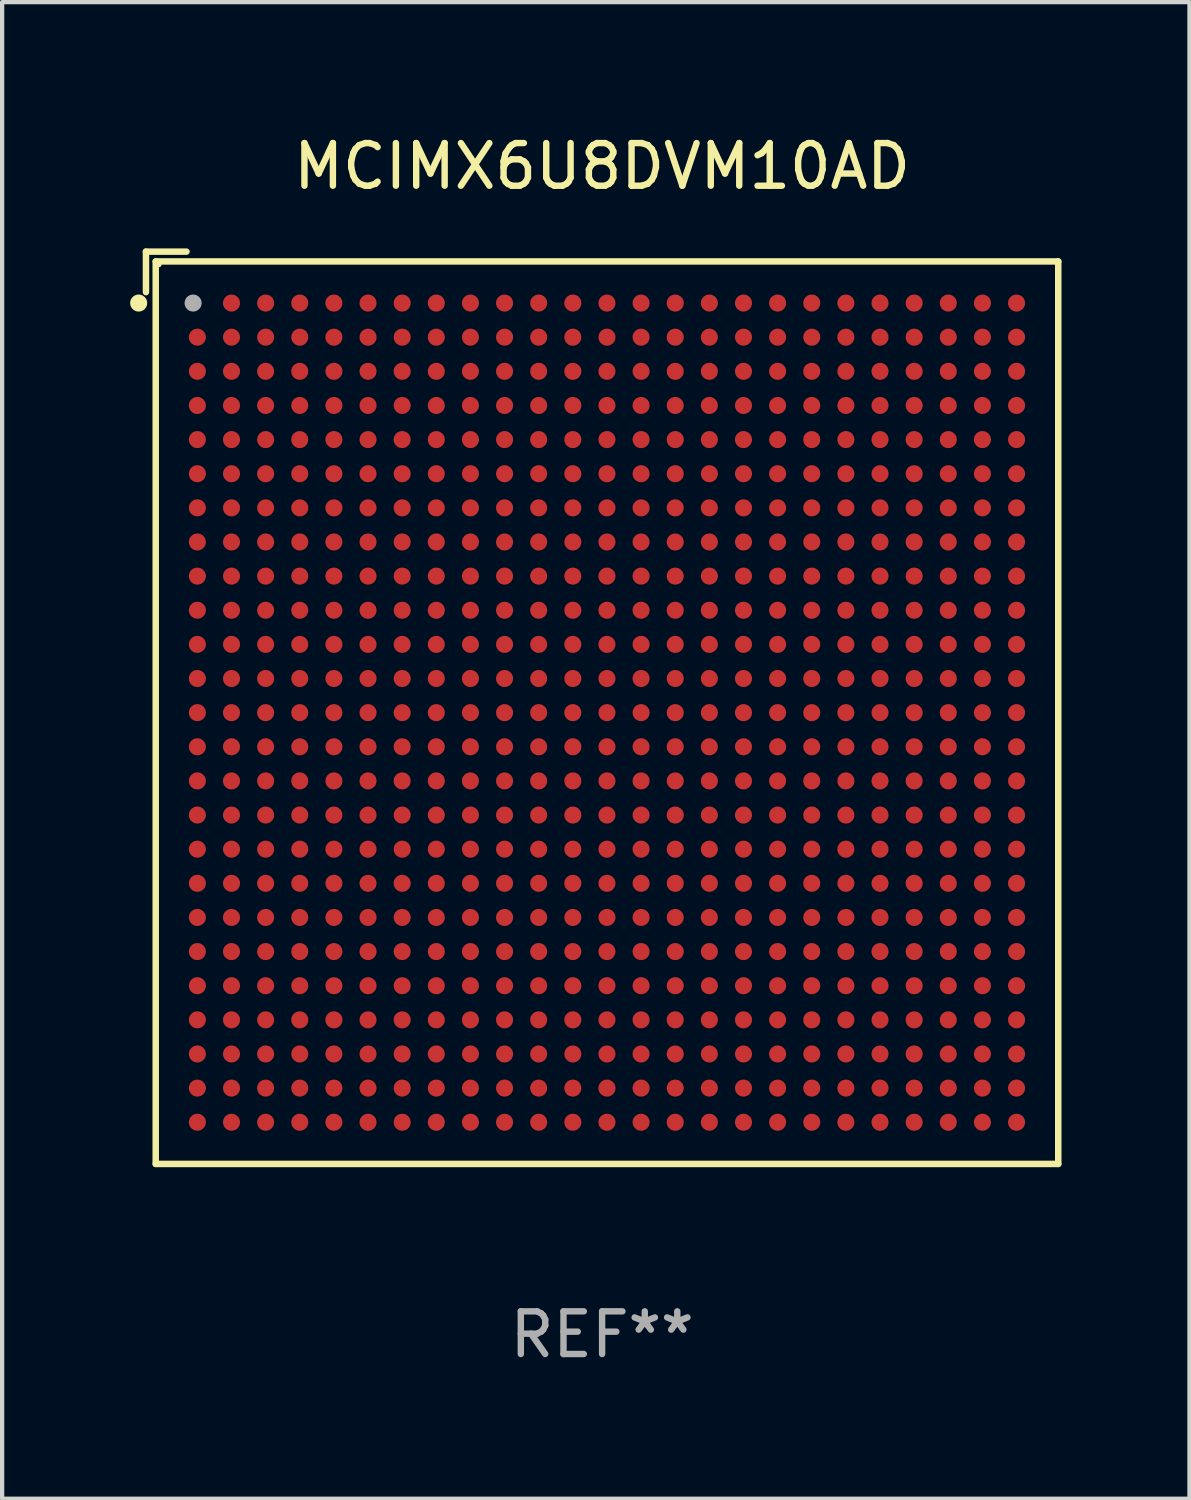
<source format=kicad_pcb>
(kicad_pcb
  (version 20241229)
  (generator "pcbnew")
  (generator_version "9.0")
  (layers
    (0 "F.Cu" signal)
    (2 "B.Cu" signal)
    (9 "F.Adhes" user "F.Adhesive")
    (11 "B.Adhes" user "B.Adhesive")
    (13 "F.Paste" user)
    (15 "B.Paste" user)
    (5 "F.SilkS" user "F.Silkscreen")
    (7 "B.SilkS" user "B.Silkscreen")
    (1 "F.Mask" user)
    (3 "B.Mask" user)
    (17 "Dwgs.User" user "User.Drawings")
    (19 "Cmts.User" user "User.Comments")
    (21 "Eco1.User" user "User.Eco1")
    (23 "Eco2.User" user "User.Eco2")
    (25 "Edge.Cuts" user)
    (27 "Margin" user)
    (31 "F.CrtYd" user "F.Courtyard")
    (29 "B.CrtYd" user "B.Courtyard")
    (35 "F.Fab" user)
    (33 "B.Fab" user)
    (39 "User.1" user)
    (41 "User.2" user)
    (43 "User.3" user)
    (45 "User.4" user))
  (footprint "MCIMX6U8DVM10AD"
    (layer "F.Cu")
    (at 11.062 13.539)
    (property "Reference" "MCIMX6U8DVM10AD" (at 0 -12.691 0) (layer "F.SilkS") (effects (font (size 1 1) (thickness 0.15))))
    (attr through_hole)
    (fp_line (start -10.691 -10.691) (end -10.691 -9.742) (stroke (width 0.152) (type solid)) (layer "F.SilkS"))
    (fp_line (start -10.462 -10.462) (end 10.691 -10.462) (stroke (width 0.152) (type solid)) (layer "F.SilkS"))
    (fp_line (start -10.462 10.691) (end -10.462 -10.462) (stroke (width 0.152) (type solid)) (layer "F.SilkS"))
    (fp_line (start -9.742 -10.691) (end -10.691 -10.691) (stroke (width 0.152) (type solid)) (layer "F.SilkS"))
    (fp_line (start 10.691 -10.462) (end 10.691 10.691) (stroke (width 0.152) (type solid)) (layer "F.SilkS"))
    (fp_line (start 10.691 10.691) (end -10.462 10.691) (stroke (width 0.152) (type solid)) (layer "F.SilkS"))
    (fp_circle (center -10.862 -9.486) (end -10.762 -9.486) (stroke (width 0.2) (type solid)) (fill no) (layer "F.SilkS"))
    (fp_circle (center -10.386 -10.386) (end -10.356 -10.386) (stroke (width 0.06) (type solid)) (fill no) (layer "F.SilkS"))
    (fp_circle (center -9.586 -9.486) (end -9.486 -9.486) (stroke (width 0.2) (type solid)) (fill no) (layer "F.Fab"))
    (fp_text user "REF**" (at 0 14.691 0) (layer "F.Fab") (effects (font (size 1 1) (thickness 0.15))))
    (pad "A2" smd circle (at -8.686 -9.486) (size 0.4 0.4) (layers "F.Cu" "F.Mask" "F.Paste"))
    (pad "A3" smd circle (at -7.886 -9.486) (size 0.4 0.4) (layers "F.Cu" "F.Mask" "F.Paste"))
    (pad "A4" smd circle (at -7.086 -9.486) (size 0.4 0.4) (layers "F.Cu" "F.Mask" "F.Paste"))
    (pad "A5" smd circle (at -6.286 -9.486) (size 0.4 0.4) (layers "F.Cu" "F.Mask" "F.Paste"))
    (pad "A6" smd circle (at -5.486 -9.486) (size 0.4 0.4) (layers "F.Cu" "F.Mask" "F.Paste"))
    (pad "A7" smd circle (at -4.686 -9.486) (size 0.4 0.4) (layers "F.Cu" "F.Mask" "F.Paste"))
    (pad "A8" smd circle (at -3.886 -9.486) (size 0.4 0.4) (layers "F.Cu" "F.Mask" "F.Paste"))
    (pad "A9" smd circle (at -3.086 -9.486) (size 0.4 0.4) (layers "F.Cu" "F.Mask" "F.Paste"))
    (pad "A10" smd circle (at -2.286 -9.486) (size 0.4 0.4) (layers "F.Cu" "F.Mask" "F.Paste"))
    (pad "A11" smd circle (at -1.486 -9.486) (size 0.4 0.4) (layers "F.Cu" "F.Mask" "F.Paste"))
    (pad "A12" smd circle (at -0.686 -9.486) (size 0.4 0.4) (layers "F.Cu" "F.Mask" "F.Paste"))
    (pad "A13" smd circle (at 0.114 -9.486) (size 0.4 0.4) (layers "F.Cu" "F.Mask" "F.Paste"))
    (pad "A14" smd circle (at 0.914 -9.486) (size 0.4 0.4) (layers "F.Cu" "F.Mask" "F.Paste"))
    (pad "A15" smd circle (at 1.714 -9.486) (size 0.4 0.4) (layers "F.Cu" "F.Mask" "F.Paste"))
    (pad "A16" smd circle (at 2.514 -9.486) (size 0.4 0.4) (layers "F.Cu" "F.Mask" "F.Paste"))
    (pad "A17" smd circle (at 3.314 -9.486) (size 0.4 0.4) (layers "F.Cu" "F.Mask" "F.Paste"))
    (pad "A18" smd circle (at 4.114 -9.486) (size 0.4 0.4) (layers "F.Cu" "F.Mask" "F.Paste"))
    (pad "A19" smd circle (at 4.914 -9.486) (size 0.4 0.4) (layers "F.Cu" "F.Mask" "F.Paste"))
    (pad "A20" smd circle (at 5.714 -9.486) (size 0.4 0.4) (layers "F.Cu" "F.Mask" "F.Paste"))
    (pad "A21" smd circle (at 6.514 -9.486) (size 0.4 0.4) (layers "F.Cu" "F.Mask" "F.Paste"))
    (pad "A22" smd circle (at 7.314 -9.486) (size 0.4 0.4) (layers "F.Cu" "F.Mask" "F.Paste"))
    (pad "A23" smd circle (at 8.114 -9.486) (size 0.4 0.4) (layers "F.Cu" "F.Mask" "F.Paste"))
    (pad "A24" smd circle (at 8.914 -9.486) (size 0.4 0.4) (layers "F.Cu" "F.Mask" "F.Paste"))
    (pad "A25" smd circle (at 9.714 -9.486) (size 0.4 0.4) (layers "F.Cu" "F.Mask" "F.Paste"))
    (pad "AA1" smd circle (at -9.486 6.514) (size 0.4 0.4) (layers "F.Cu" "F.Mask" "F.Paste"))
    (pad "AA2" smd circle (at -8.686 6.514) (size 0.4 0.4) (layers "F.Cu" "F.Mask" "F.Paste"))
    (pad "AA3" smd circle (at -7.886 6.514) (size 0.4 0.4) (layers "F.Cu" "F.Mask" "F.Paste"))
    (pad "AA4" smd circle (at -7.086 6.514) (size 0.4 0.4) (layers "F.Cu" "F.Mask" "F.Paste"))
    (pad "AA5" smd circle (at -6.286 6.514) (size 0.4 0.4) (layers "F.Cu" "F.Mask" "F.Paste"))
    (pad "AA6" smd circle (at -5.486 6.514) (size 0.4 0.4) (layers "F.Cu" "F.Mask" "F.Paste"))
    (pad "AA7" smd circle (at -4.686 6.514) (size 0.4 0.4) (layers "F.Cu" "F.Mask" "F.Paste"))
    (pad "AA8" smd circle (at -3.886 6.514) (size 0.4 0.4) (layers "F.Cu" "F.Mask" "F.Paste"))
    (pad "AA9" smd circle (at -3.086 6.514) (size 0.4 0.4) (layers "F.Cu" "F.Mask" "F.Paste"))
    (pad "AA10" smd circle (at -2.286 6.514) (size 0.4 0.4) (layers "F.Cu" "F.Mask" "F.Paste"))
    (pad "AA11" smd circle (at -1.486 6.514) (size 0.4 0.4) (layers "F.Cu" "F.Mask" "F.Paste"))
    (pad "AA12" smd circle (at -0.686 6.514) (size 0.4 0.4) (layers "F.Cu" "F.Mask" "F.Paste"))
    (pad "AA13" smd circle (at 0.114 6.514) (size 0.4 0.4) (layers "F.Cu" "F.Mask" "F.Paste"))
    (pad "AA14" smd circle (at 0.914 6.514) (size 0.4 0.4) (layers "F.Cu" "F.Mask" "F.Paste"))
    (pad "AA15" smd circle (at 1.714 6.514) (size 0.4 0.4) (layers "F.Cu" "F.Mask" "F.Paste"))
    (pad "AA16" smd circle (at 2.514 6.514) (size 0.4 0.4) (layers "F.Cu" "F.Mask" "F.Paste"))
    (pad "AA17" smd circle (at 3.314 6.514) (size 0.4 0.4) (layers "F.Cu" "F.Mask" "F.Paste"))
    (pad "AA18" smd circle (at 4.114 6.514) (size 0.4 0.4) (layers "F.Cu" "F.Mask" "F.Paste"))
    (pad "AA19" smd circle (at 4.914 6.514) (size 0.4 0.4) (layers "F.Cu" "F.Mask" "F.Paste"))
    (pad "AA20" smd circle (at 5.714 6.514) (size 0.4 0.4) (layers "F.Cu" "F.Mask" "F.Paste"))
    (pad "AA21" smd circle (at 6.514 6.514) (size 0.4 0.4) (layers "F.Cu" "F.Mask" "F.Paste"))
    (pad "AA22" smd circle (at 7.314 6.514) (size 0.4 0.4) (layers "F.Cu" "F.Mask" "F.Paste"))
    (pad "AA23" smd circle (at 8.114 6.514) (size 0.4 0.4) (layers "F.Cu" "F.Mask" "F.Paste"))
    (pad "AA24" smd circle (at 8.914 6.514) (size 0.4 0.4) (layers "F.Cu" "F.Mask" "F.Paste"))
    (pad "AA25" smd circle (at 9.714 6.514) (size 0.4 0.4) (layers "F.Cu" "F.Mask" "F.Paste"))
    (pad "AB1" smd circle (at -9.486 7.314) (size 0.4 0.4) (layers "F.Cu" "F.Mask" "F.Paste"))
    (pad "AB2" smd circle (at -8.686 7.314) (size 0.4 0.4) (layers "F.Cu" "F.Mask" "F.Paste"))
    (pad "AB3" smd circle (at -7.886 7.314) (size 0.4 0.4) (layers "F.Cu" "F.Mask" "F.Paste"))
    (pad "AB4" smd circle (at -7.086 7.314) (size 0.4 0.4) (layers "F.Cu" "F.Mask" "F.Paste"))
    (pad "AB5" smd circle (at -6.286 7.314) (size 0.4 0.4) (layers "F.Cu" "F.Mask" "F.Paste"))
    (pad "AB6" smd circle (at -5.486 7.314) (size 0.4 0.4) (layers "F.Cu" "F.Mask" "F.Paste"))
    (pad "AB7" smd circle (at -4.686 7.314) (size 0.4 0.4) (layers "F.Cu" "F.Mask" "F.Paste"))
    (pad "AB8" smd circle (at -3.886 7.314) (size 0.4 0.4) (layers "F.Cu" "F.Mask" "F.Paste"))
    (pad "AB9" smd circle (at -3.086 7.314) (size 0.4 0.4) (layers "F.Cu" "F.Mask" "F.Paste"))
    (pad "AB10" smd circle (at -2.286 7.314) (size 0.4 0.4) (layers "F.Cu" "F.Mask" "F.Paste"))
    (pad "AB11" smd circle (at -1.486 7.314) (size 0.4 0.4) (layers "F.Cu" "F.Mask" "F.Paste"))
    (pad "AB12" smd circle (at -0.686 7.314) (size 0.4 0.4) (layers "F.Cu" "F.Mask" "F.Paste"))
    (pad "AB13" smd circle (at 0.114 7.314) (size 0.4 0.4) (layers "F.Cu" "F.Mask" "F.Paste"))
    (pad "AB14" smd circle (at 0.914 7.314) (size 0.4 0.4) (layers "F.Cu" "F.Mask" "F.Paste"))
    (pad "AB15" smd circle (at 1.714 7.314) (size 0.4 0.4) (layers "F.Cu" "F.Mask" "F.Paste"))
    (pad "AB16" smd circle (at 2.514 7.314) (size 0.4 0.4) (layers "F.Cu" "F.Mask" "F.Paste"))
    (pad "AB17" smd circle (at 3.314 7.314) (size 0.4 0.4) (layers "F.Cu" "F.Mask" "F.Paste"))
    (pad "AB18" smd circle (at 4.114 7.314) (size 0.4 0.4) (layers "F.Cu" "F.Mask" "F.Paste"))
    (pad "AB19" smd circle (at 4.914 7.314) (size 0.4 0.4) (layers "F.Cu" "F.Mask" "F.Paste"))
    (pad "AB20" smd circle (at 5.714 7.314) (size 0.4 0.4) (layers "F.Cu" "F.Mask" "F.Paste"))
    (pad "AB21" smd circle (at 6.514 7.314) (size 0.4 0.4) (layers "F.Cu" "F.Mask" "F.Paste"))
    (pad "AB22" smd circle (at 7.314 7.314) (size 0.4 0.4) (layers "F.Cu" "F.Mask" "F.Paste"))
    (pad "AB23" smd circle (at 8.114 7.314) (size 0.4 0.4) (layers "F.Cu" "F.Mask" "F.Paste"))
    (pad "AB24" smd circle (at 8.914 7.314) (size 0.4 0.4) (layers "F.Cu" "F.Mask" "F.Paste"))
    (pad "AB25" smd circle (at 9.714 7.314) (size 0.4 0.4) (layers "F.Cu" "F.Mask" "F.Paste"))
    (pad "AC1" smd circle (at -9.486 8.114) (size 0.4 0.4) (layers "F.Cu" "F.Mask" "F.Paste"))
    (pad "AC2" smd circle (at -8.686 8.114) (size 0.4 0.4) (layers "F.Cu" "F.Mask" "F.Paste"))
    (pad "AC3" smd circle (at -7.886 8.114) (size 0.4 0.4) (layers "F.Cu" "F.Mask" "F.Paste"))
    (pad "AC4" smd circle (at -7.086 8.114) (size 0.4 0.4) (layers "F.Cu" "F.Mask" "F.Paste"))
    (pad "AC5" smd circle (at -6.286 8.114) (size 0.4 0.4) (layers "F.Cu" "F.Mask" "F.Paste"))
    (pad "AC6" smd circle (at -5.486 8.114) (size 0.4 0.4) (layers "F.Cu" "F.Mask" "F.Paste"))
    (pad "AC7" smd circle (at -4.686 8.114) (size 0.4 0.4) (layers "F.Cu" "F.Mask" "F.Paste"))
    (pad "AC8" smd circle (at -3.886 8.114) (size 0.4 0.4) (layers "F.Cu" "F.Mask" "F.Paste"))
    (pad "AC9" smd circle (at -3.086 8.114) (size 0.4 0.4) (layers "F.Cu" "F.Mask" "F.Paste"))
    (pad "AC10" smd circle (at -2.286 8.114) (size 0.4 0.4) (layers "F.Cu" "F.Mask" "F.Paste"))
    (pad "AC11" smd circle (at -1.486 8.114) (size 0.4 0.4) (layers "F.Cu" "F.Mask" "F.Paste"))
    (pad "AC12" smd circle (at -0.686 8.114) (size 0.4 0.4) (layers "F.Cu" "F.Mask" "F.Paste"))
    (pad "AC13" smd circle (at 0.114 8.114) (size 0.4 0.4) (layers "F.Cu" "F.Mask" "F.Paste"))
    (pad "AC14" smd circle (at 0.914 8.114) (size 0.4 0.4) (layers "F.Cu" "F.Mask" "F.Paste"))
    (pad "AC15" smd circle (at 1.714 8.114) (size 0.4 0.4) (layers "F.Cu" "F.Mask" "F.Paste"))
    (pad "AC16" smd circle (at 2.514 8.114) (size 0.4 0.4) (layers "F.Cu" "F.Mask" "F.Paste"))
    (pad "AC17" smd circle (at 3.314 8.114) (size 0.4 0.4) (layers "F.Cu" "F.Mask" "F.Paste"))
    (pad "AC18" smd circle (at 4.114 8.114) (size 0.4 0.4) (layers "F.Cu" "F.Mask" "F.Paste"))
    (pad "AC19" smd circle (at 4.914 8.114) (size 0.4 0.4) (layers "F.Cu" "F.Mask" "F.Paste"))
    (pad "AC20" smd circle (at 5.714 8.114) (size 0.4 0.4) (layers "F.Cu" "F.Mask" "F.Paste"))
    (pad "AC21" smd circle (at 6.514 8.114) (size 0.4 0.4) (layers "F.Cu" "F.Mask" "F.Paste"))
    (pad "AC22" smd circle (at 7.314 8.114) (size 0.4 0.4) (layers "F.Cu" "F.Mask" "F.Paste"))
    (pad "AC23" smd circle (at 8.114 8.114) (size 0.4 0.4) (layers "F.Cu" "F.Mask" "F.Paste"))
    (pad "AC24" smd circle (at 8.914 8.114) (size 0.4 0.4) (layers "F.Cu" "F.Mask" "F.Paste"))
    (pad "AC25" smd circle (at 9.714 8.114) (size 0.4 0.4) (layers "F.Cu" "F.Mask" "F.Paste"))
    (pad "AD1" smd circle (at -9.486 8.914) (size 0.4 0.4) (layers "F.Cu" "F.Mask" "F.Paste"))
    (pad "AD2" smd circle (at -8.686 8.914) (size 0.4 0.4) (layers "F.Cu" "F.Mask" "F.Paste"))
    (pad "AD3" smd circle (at -7.886 8.914) (size 0.4 0.4) (layers "F.Cu" "F.Mask" "F.Paste"))
    (pad "AD4" smd circle (at -7.086 8.914) (size 0.4 0.4) (layers "F.Cu" "F.Mask" "F.Paste"))
    (pad "AD5" smd circle (at -6.286 8.914) (size 0.4 0.4) (layers "F.Cu" "F.Mask" "F.Paste"))
    (pad "AD6" smd circle (at -5.486 8.914) (size 0.4 0.4) (layers "F.Cu" "F.Mask" "F.Paste"))
    (pad "AD7" smd circle (at -4.686 8.914) (size 0.4 0.4) (layers "F.Cu" "F.Mask" "F.Paste"))
    (pad "AD8" smd circle (at -3.886 8.914) (size 0.4 0.4) (layers "F.Cu" "F.Mask" "F.Paste"))
    (pad "AD9" smd circle (at -3.086 8.914) (size 0.4 0.4) (layers "F.Cu" "F.Mask" "F.Paste"))
    (pad "AD10" smd circle (at -2.286 8.914) (size 0.4 0.4) (layers "F.Cu" "F.Mask" "F.Paste"))
    (pad "AD11" smd circle (at -1.486 8.914) (size 0.4 0.4) (layers "F.Cu" "F.Mask" "F.Paste"))
    (pad "AD12" smd circle (at -0.686 8.914) (size 0.4 0.4) (layers "F.Cu" "F.Mask" "F.Paste"))
    (pad "AD13" smd circle (at 0.114 8.914) (size 0.4 0.4) (layers "F.Cu" "F.Mask" "F.Paste"))
    (pad "AD14" smd circle (at 0.914 8.914) (size 0.4 0.4) (layers "F.Cu" "F.Mask" "F.Paste"))
    (pad "AD15" smd circle (at 1.714 8.914) (size 0.4 0.4) (layers "F.Cu" "F.Mask" "F.Paste"))
    (pad "AD16" smd circle (at 2.514 8.914) (size 0.4 0.4) (layers "F.Cu" "F.Mask" "F.Paste"))
    (pad "AD17" smd circle (at 3.314 8.914) (size 0.4 0.4) (layers "F.Cu" "F.Mask" "F.Paste"))
    (pad "AD18" smd circle (at 4.114 8.914) (size 0.4 0.4) (layers "F.Cu" "F.Mask" "F.Paste"))
    (pad "AD19" smd circle (at 4.914 8.914) (size 0.4 0.4) (layers "F.Cu" "F.Mask" "F.Paste"))
    (pad "AD20" smd circle (at 5.714 8.914) (size 0.4 0.4) (layers "F.Cu" "F.Mask" "F.Paste"))
    (pad "AD21" smd circle (at 6.514 8.914) (size 0.4 0.4) (layers "F.Cu" "F.Mask" "F.Paste"))
    (pad "AD22" smd circle (at 7.314 8.914) (size 0.4 0.4) (layers "F.Cu" "F.Mask" "F.Paste"))
    (pad "AD23" smd circle (at 8.114 8.914) (size 0.4 0.4) (layers "F.Cu" "F.Mask" "F.Paste"))
    (pad "AD24" smd circle (at 8.914 8.914) (size 0.4 0.4) (layers "F.Cu" "F.Mask" "F.Paste"))
    (pad "AD25" smd circle (at 9.714 8.914) (size 0.4 0.4) (layers "F.Cu" "F.Mask" "F.Paste"))
    (pad "AE1" smd circle (at -9.486 9.714) (size 0.4 0.4) (layers "F.Cu" "F.Mask" "F.Paste"))
    (pad "AE2" smd circle (at -8.686 9.714) (size 0.4 0.4) (layers "F.Cu" "F.Mask" "F.Paste"))
    (pad "AE3" smd circle (at -7.886 9.714) (size 0.4 0.4) (layers "F.Cu" "F.Mask" "F.Paste"))
    (pad "AE4" smd circle (at -7.086 9.714) (size 0.4 0.4) (layers "F.Cu" "F.Mask" "F.Paste"))
    (pad "AE5" smd circle (at -6.286 9.714) (size 0.4 0.4) (layers "F.Cu" "F.Mask" "F.Paste"))
    (pad "AE6" smd circle (at -5.486 9.714) (size 0.4 0.4) (layers "F.Cu" "F.Mask" "F.Paste"))
    (pad "AE7" smd circle (at -4.686 9.714) (size 0.4 0.4) (layers "F.Cu" "F.Mask" "F.Paste"))
    (pad "AE8" smd circle (at -3.886 9.714) (size 0.4 0.4) (layers "F.Cu" "F.Mask" "F.Paste"))
    (pad "AE9" smd circle (at -3.086 9.714) (size 0.4 0.4) (layers "F.Cu" "F.Mask" "F.Paste"))
    (pad "AE10" smd circle (at -2.286 9.714) (size 0.4 0.4) (layers "F.Cu" "F.Mask" "F.Paste"))
    (pad "AE11" smd circle (at -1.486 9.714) (size 0.4 0.4) (layers "F.Cu" "F.Mask" "F.Paste"))
    (pad "AE12" smd circle (at -0.686 9.714) (size 0.4 0.4) (layers "F.Cu" "F.Mask" "F.Paste"))
    (pad "AE13" smd circle (at 0.114 9.714) (size 0.4 0.4) (layers "F.Cu" "F.Mask" "F.Paste"))
    (pad "AE14" smd circle (at 0.914 9.714) (size 0.4 0.4) (layers "F.Cu" "F.Mask" "F.Paste"))
    (pad "AE15" smd circle (at 1.714 9.714) (size 0.4 0.4) (layers "F.Cu" "F.Mask" "F.Paste"))
    (pad "AE16" smd circle (at 2.514 9.714) (size 0.4 0.4) (layers "F.Cu" "F.Mask" "F.Paste"))
    (pad "AE17" smd circle (at 3.314 9.714) (size 0.4 0.4) (layers "F.Cu" "F.Mask" "F.Paste"))
    (pad "AE18" smd circle (at 4.114 9.714) (size 0.4 0.4) (layers "F.Cu" "F.Mask" "F.Paste"))
    (pad "AE19" smd circle (at 4.914 9.714) (size 0.4 0.4) (layers "F.Cu" "F.Mask" "F.Paste"))
    (pad "AE20" smd circle (at 5.714 9.714) (size 0.4 0.4) (layers "F.Cu" "F.Mask" "F.Paste"))
    (pad "AE21" smd circle (at 6.514 9.714) (size 0.4 0.4) (layers "F.Cu" "F.Mask" "F.Paste"))
    (pad "AE22" smd circle (at 7.314 9.714) (size 0.4 0.4) (layers "F.Cu" "F.Mask" "F.Paste"))
    (pad "AE23" smd circle (at 8.114 9.714) (size 0.4 0.4) (layers "F.Cu" "F.Mask" "F.Paste"))
    (pad "AE24" smd circle (at 8.914 9.714) (size 0.4 0.4) (layers "F.Cu" "F.Mask" "F.Paste"))
    (pad "AE25" smd circle (at 9.714 9.714) (size 0.4 0.4) (layers "F.Cu" "F.Mask" "F.Paste"))
    (pad "B1" smd circle (at -9.486 -8.686) (size 0.4 0.4) (layers "F.Cu" "F.Mask" "F.Paste"))
    (pad "B2" smd circle (at -8.686 -8.686) (size 0.4 0.4) (layers "F.Cu" "F.Mask" "F.Paste"))
    (pad "B3" smd circle (at -7.886 -8.686) (size 0.4 0.4) (layers "F.Cu" "F.Mask" "F.Paste"))
    (pad "B4" smd circle (at -7.086 -8.686) (size 0.4 0.4) (layers "F.Cu" "F.Mask" "F.Paste"))
    (pad "B5" smd circle (at -6.286 -8.686) (size 0.4 0.4) (layers "F.Cu" "F.Mask" "F.Paste"))
    (pad "B6" smd circle (at -5.486 -8.686) (size 0.4 0.4) (layers "F.Cu" "F.Mask" "F.Paste"))
    (pad "B7" smd circle (at -4.686 -8.686) (size 0.4 0.4) (layers "F.Cu" "F.Mask" "F.Paste"))
    (pad "B8" smd circle (at -3.886 -8.686) (size 0.4 0.4) (layers "F.Cu" "F.Mask" "F.Paste"))
    (pad "B9" smd circle (at -3.086 -8.686) (size 0.4 0.4) (layers "F.Cu" "F.Mask" "F.Paste"))
    (pad "B10" smd circle (at -2.286 -8.686) (size 0.4 0.4) (layers "F.Cu" "F.Mask" "F.Paste"))
    (pad "B11" smd circle (at -1.486 -8.686) (size 0.4 0.4) (layers "F.Cu" "F.Mask" "F.Paste"))
    (pad "B12" smd circle (at -0.686 -8.686) (size 0.4 0.4) (layers "F.Cu" "F.Mask" "F.Paste"))
    (pad "B13" smd circle (at 0.114 -8.686) (size 0.4 0.4) (layers "F.Cu" "F.Mask" "F.Paste"))
    (pad "B14" smd circle (at 0.914 -8.686) (size 0.4 0.4) (layers "F.Cu" "F.Mask" "F.Paste"))
    (pad "B15" smd circle (at 1.714 -8.686) (size 0.4 0.4) (layers "F.Cu" "F.Mask" "F.Paste"))
    (pad "B16" smd circle (at 2.514 -8.686) (size 0.4 0.4) (layers "F.Cu" "F.Mask" "F.Paste"))
    (pad "B17" smd circle (at 3.314 -8.686) (size 0.4 0.4) (layers "F.Cu" "F.Mask" "F.Paste"))
    (pad "B18" smd circle (at 4.114 -8.686) (size 0.4 0.4) (layers "F.Cu" "F.Mask" "F.Paste"))
    (pad "B19" smd circle (at 4.914 -8.686) (size 0.4 0.4) (layers "F.Cu" "F.Mask" "F.Paste"))
    (pad "B20" smd circle (at 5.714 -8.686) (size 0.4 0.4) (layers "F.Cu" "F.Mask" "F.Paste"))
    (pad "B21" smd circle (at 6.514 -8.686) (size 0.4 0.4) (layers "F.Cu" "F.Mask" "F.Paste"))
    (pad "B22" smd circle (at 7.314 -8.686) (size 0.4 0.4) (layers "F.Cu" "F.Mask" "F.Paste"))
    (pad "B23" smd circle (at 8.114 -8.686) (size 0.4 0.4) (layers "F.Cu" "F.Mask" "F.Paste"))
    (pad "B24" smd circle (at 8.914 -8.686) (size 0.4 0.4) (layers "F.Cu" "F.Mask" "F.Paste"))
    (pad "B25" smd circle (at 9.714 -8.686) (size 0.4 0.4) (layers "F.Cu" "F.Mask" "F.Paste"))
    (pad "C1" smd circle (at -9.486 -7.886) (size 0.4 0.4) (layers "F.Cu" "F.Mask" "F.Paste"))
    (pad "C2" smd circle (at -8.686 -7.886) (size 0.4 0.4) (layers "F.Cu" "F.Mask" "F.Paste"))
    (pad "C3" smd circle (at -7.886 -7.886) (size 0.4 0.4) (layers "F.Cu" "F.Mask" "F.Paste"))
    (pad "C4" smd circle (at -7.086 -7.886) (size 0.4 0.4) (layers "F.Cu" "F.Mask" "F.Paste"))
    (pad "C5" smd circle (at -6.286 -7.886) (size 0.4 0.4) (layers "F.Cu" "F.Mask" "F.Paste"))
    (pad "C6" smd circle (at -5.486 -7.886) (size 0.4 0.4) (layers "F.Cu" "F.Mask" "F.Paste"))
    (pad "C7" smd circle (at -4.686 -7.886) (size 0.4 0.4) (layers "F.Cu" "F.Mask" "F.Paste"))
    (pad "C8" smd circle (at -3.886 -7.886) (size 0.4 0.4) (layers "F.Cu" "F.Mask" "F.Paste"))
    (pad "C9" smd circle (at -3.086 -7.886) (size 0.4 0.4) (layers "F.Cu" "F.Mask" "F.Paste"))
    (pad "C10" smd circle (at -2.286 -7.886) (size 0.4 0.4) (layers "F.Cu" "F.Mask" "F.Paste"))
    (pad "C11" smd circle (at -1.486 -7.886) (size 0.4 0.4) (layers "F.Cu" "F.Mask" "F.Paste"))
    (pad "C12" smd circle (at -0.686 -7.886) (size 0.4 0.4) (layers "F.Cu" "F.Mask" "F.Paste"))
    (pad "C13" smd circle (at 0.114 -7.886) (size 0.4 0.4) (layers "F.Cu" "F.Mask" "F.Paste"))
    (pad "C14" smd circle (at 0.914 -7.886) (size 0.4 0.4) (layers "F.Cu" "F.Mask" "F.Paste"))
    (pad "C15" smd circle (at 1.714 -7.886) (size 0.4 0.4) (layers "F.Cu" "F.Mask" "F.Paste"))
    (pad "C16" smd circle (at 2.514 -7.886) (size 0.4 0.4) (layers "F.Cu" "F.Mask" "F.Paste"))
    (pad "C17" smd circle (at 3.314 -7.886) (size 0.4 0.4) (layers "F.Cu" "F.Mask" "F.Paste"))
    (pad "C18" smd circle (at 4.114 -7.886) (size 0.4 0.4) (layers "F.Cu" "F.Mask" "F.Paste"))
    (pad "C19" smd circle (at 4.914 -7.886) (size 0.4 0.4) (layers "F.Cu" "F.Mask" "F.Paste"))
    (pad "C20" smd circle (at 5.714 -7.886) (size 0.4 0.4) (layers "F.Cu" "F.Mask" "F.Paste"))
    (pad "C21" smd circle (at 6.514 -7.886) (size 0.4 0.4) (layers "F.Cu" "F.Mask" "F.Paste"))
    (pad "C22" smd circle (at 7.314 -7.886) (size 0.4 0.4) (layers "F.Cu" "F.Mask" "F.Paste"))
    (pad "C23" smd circle (at 8.114 -7.886) (size 0.4 0.4) (layers "F.Cu" "F.Mask" "F.Paste"))
    (pad "C24" smd circle (at 8.914 -7.886) (size 0.4 0.4) (layers "F.Cu" "F.Mask" "F.Paste"))
    (pad "C25" smd circle (at 9.714 -7.886) (size 0.4 0.4) (layers "F.Cu" "F.Mask" "F.Paste"))
    (pad "D1" smd circle (at -9.486 -7.086) (size 0.4 0.4) (layers "F.Cu" "F.Mask" "F.Paste"))
    (pad "D2" smd circle (at -8.686 -7.086) (size 0.4 0.4) (layers "F.Cu" "F.Mask" "F.Paste"))
    (pad "D3" smd circle (at -7.886 -7.086) (size 0.4 0.4) (layers "F.Cu" "F.Mask" "F.Paste"))
    (pad "D4" smd circle (at -7.086 -7.086) (size 0.4 0.4) (layers "F.Cu" "F.Mask" "F.Paste"))
    (pad "D5" smd circle (at -6.286 -7.086) (size 0.4 0.4) (layers "F.Cu" "F.Mask" "F.Paste"))
    (pad "D6" smd circle (at -5.486 -7.086) (size 0.4 0.4) (layers "F.Cu" "F.Mask" "F.Paste"))
    (pad "D7" smd circle (at -4.686 -7.086) (size 0.4 0.4) (layers "F.Cu" "F.Mask" "F.Paste"))
    (pad "D8" smd circle (at -3.886 -7.086) (size 0.4 0.4) (layers "F.Cu" "F.Mask" "F.Paste"))
    (pad "D9" smd circle (at -3.086 -7.086) (size 0.4 0.4) (layers "F.Cu" "F.Mask" "F.Paste"))
    (pad "D10" smd circle (at -2.286 -7.086) (size 0.4 0.4) (layers "F.Cu" "F.Mask" "F.Paste"))
    (pad "D11" smd circle (at -1.486 -7.086) (size 0.4 0.4) (layers "F.Cu" "F.Mask" "F.Paste"))
    (pad "D12" smd circle (at -0.686 -7.086) (size 0.4 0.4) (layers "F.Cu" "F.Mask" "F.Paste"))
    (pad "D13" smd circle (at 0.114 -7.086) (size 0.4 0.4) (layers "F.Cu" "F.Mask" "F.Paste"))
    (pad "D14" smd circle (at 0.914 -7.086) (size 0.4 0.4) (layers "F.Cu" "F.Mask" "F.Paste"))
    (pad "D15" smd circle (at 1.714 -7.086) (size 0.4 0.4) (layers "F.Cu" "F.Mask" "F.Paste"))
    (pad "D16" smd circle (at 2.514 -7.086) (size 0.4 0.4) (layers "F.Cu" "F.Mask" "F.Paste"))
    (pad "D17" smd circle (at 3.314 -7.086) (size 0.4 0.4) (layers "F.Cu" "F.Mask" "F.Paste"))
    (pad "D18" smd circle (at 4.114 -7.086) (size 0.4 0.4) (layers "F.Cu" "F.Mask" "F.Paste"))
    (pad "D19" smd circle (at 4.914 -7.086) (size 0.4 0.4) (layers "F.Cu" "F.Mask" "F.Paste"))
    (pad "D20" smd circle (at 5.714 -7.086) (size 0.4 0.4) (layers "F.Cu" "F.Mask" "F.Paste"))
    (pad "D21" smd circle (at 6.514 -7.086) (size 0.4 0.4) (layers "F.Cu" "F.Mask" "F.Paste"))
    (pad "D22" smd circle (at 7.314 -7.086) (size 0.4 0.4) (layers "F.Cu" "F.Mask" "F.Paste"))
    (pad "D23" smd circle (at 8.114 -7.086) (size 0.4 0.4) (layers "F.Cu" "F.Mask" "F.Paste"))
    (pad "D24" smd circle (at 8.914 -7.086) (size 0.4 0.4) (layers "F.Cu" "F.Mask" "F.Paste"))
    (pad "D25" smd circle (at 9.714 -7.086) (size 0.4 0.4) (layers "F.Cu" "F.Mask" "F.Paste"))
    (pad "E1" smd circle (at -9.486 -6.286) (size 0.4 0.4) (layers "F.Cu" "F.Mask" "F.Paste"))
    (pad "E2" smd circle (at -8.686 -6.286) (size 0.4 0.4) (layers "F.Cu" "F.Mask" "F.Paste"))
    (pad "E3" smd circle (at -7.886 -6.286) (size 0.4 0.4) (layers "F.Cu" "F.Mask" "F.Paste"))
    (pad "E4" smd circle (at -7.086 -6.286) (size 0.4 0.4) (layers "F.Cu" "F.Mask" "F.Paste"))
    (pad "E5" smd circle (at -6.286 -6.286) (size 0.4 0.4) (layers "F.Cu" "F.Mask" "F.Paste"))
    (pad "E6" smd circle (at -5.486 -6.286) (size 0.4 0.4) (layers "F.Cu" "F.Mask" "F.Paste"))
    (pad "E7" smd circle (at -4.686 -6.286) (size 0.4 0.4) (layers "F.Cu" "F.Mask" "F.Paste"))
    (pad "E8" smd circle (at -3.886 -6.286) (size 0.4 0.4) (layers "F.Cu" "F.Mask" "F.Paste"))
    (pad "E9" smd circle (at -3.086 -6.286) (size 0.4 0.4) (layers "F.Cu" "F.Mask" "F.Paste"))
    (pad "E10" smd circle (at -2.286 -6.286) (size 0.4 0.4) (layers "F.Cu" "F.Mask" "F.Paste"))
    (pad "E11" smd circle (at -1.486 -6.286) (size 0.4 0.4) (layers "F.Cu" "F.Mask" "F.Paste"))
    (pad "E12" smd circle (at -0.686 -6.286) (size 0.4 0.4) (layers "F.Cu" "F.Mask" "F.Paste"))
    (pad "E13" smd circle (at 0.114 -6.286) (size 0.4 0.4) (layers "F.Cu" "F.Mask" "F.Paste"))
    (pad "E14" smd circle (at 0.914 -6.286) (size 0.4 0.4) (layers "F.Cu" "F.Mask" "F.Paste"))
    (pad "E15" smd circle (at 1.714 -6.286) (size 0.4 0.4) (layers "F.Cu" "F.Mask" "F.Paste"))
    (pad "E16" smd circle (at 2.514 -6.286) (size 0.4 0.4) (layers "F.Cu" "F.Mask" "F.Paste"))
    (pad "E17" smd circle (at 3.314 -6.286) (size 0.4 0.4) (layers "F.Cu" "F.Mask" "F.Paste"))
    (pad "E18" smd circle (at 4.114 -6.286) (size 0.4 0.4) (layers "F.Cu" "F.Mask" "F.Paste"))
    (pad "E19" smd circle (at 4.914 -6.286) (size 0.4 0.4) (layers "F.Cu" "F.Mask" "F.Paste"))
    (pad "E20" smd circle (at 5.714 -6.286) (size 0.4 0.4) (layers "F.Cu" "F.Mask" "F.Paste"))
    (pad "E21" smd circle (at 6.514 -6.286) (size 0.4 0.4) (layers "F.Cu" "F.Mask" "F.Paste"))
    (pad "E22" smd circle (at 7.314 -6.286) (size 0.4 0.4) (layers "F.Cu" "F.Mask" "F.Paste"))
    (pad "E23" smd circle (at 8.114 -6.286) (size 0.4 0.4) (layers "F.Cu" "F.Mask" "F.Paste"))
    (pad "E24" smd circle (at 8.914 -6.286) (size 0.4 0.4) (layers "F.Cu" "F.Mask" "F.Paste"))
    (pad "E25" smd circle (at 9.714 -6.286) (size 0.4 0.4) (layers "F.Cu" "F.Mask" "F.Paste"))
    (pad "F1" smd circle (at -9.486 -5.486) (size 0.4 0.4) (layers "F.Cu" "F.Mask" "F.Paste"))
    (pad "F2" smd circle (at -8.686 -5.486) (size 0.4 0.4) (layers "F.Cu" "F.Mask" "F.Paste"))
    (pad "F3" smd circle (at -7.886 -5.486) (size 0.4 0.4) (layers "F.Cu" "F.Mask" "F.Paste"))
    (pad "F4" smd circle (at -7.086 -5.486) (size 0.4 0.4) (layers "F.Cu" "F.Mask" "F.Paste"))
    (pad "F5" smd circle (at -6.286 -5.486) (size 0.4 0.4) (layers "F.Cu" "F.Mask" "F.Paste"))
    (pad "F6" smd circle (at -5.486 -5.486) (size 0.4 0.4) (layers "F.Cu" "F.Mask" "F.Paste"))
    (pad "F7" smd circle (at -4.686 -5.486) (size 0.4 0.4) (layers "F.Cu" "F.Mask" "F.Paste"))
    (pad "F8" smd circle (at -3.886 -5.486) (size 0.4 0.4) (layers "F.Cu" "F.Mask" "F.Paste"))
    (pad "F9" smd circle (at -3.086 -5.486) (size 0.4 0.4) (layers "F.Cu" "F.Mask" "F.Paste"))
    (pad "F10" smd circle (at -2.286 -5.486) (size 0.4 0.4) (layers "F.Cu" "F.Mask" "F.Paste"))
    (pad "F11" smd circle (at -1.486 -5.486) (size 0.4 0.4) (layers "F.Cu" "F.Mask" "F.Paste"))
    (pad "F12" smd circle (at -0.686 -5.486) (size 0.4 0.4) (layers "F.Cu" "F.Mask" "F.Paste"))
    (pad "F13" smd circle (at 0.114 -5.486) (size 0.4 0.4) (layers "F.Cu" "F.Mask" "F.Paste"))
    (pad "F14" smd circle (at 0.914 -5.486) (size 0.4 0.4) (layers "F.Cu" "F.Mask" "F.Paste"))
    (pad "F15" smd circle (at 1.714 -5.486) (size 0.4 0.4) (layers "F.Cu" "F.Mask" "F.Paste"))
    (pad "F16" smd circle (at 2.514 -5.486) (size 0.4 0.4) (layers "F.Cu" "F.Mask" "F.Paste"))
    (pad "F17" smd circle (at 3.314 -5.486) (size 0.4 0.4) (layers "F.Cu" "F.Mask" "F.Paste"))
    (pad "F18" smd circle (at 4.114 -5.486) (size 0.4 0.4) (layers "F.Cu" "F.Mask" "F.Paste"))
    (pad "F19" smd circle (at 4.914 -5.486) (size 0.4 0.4) (layers "F.Cu" "F.Mask" "F.Paste"))
    (pad "F20" smd circle (at 5.714 -5.486) (size 0.4 0.4) (layers "F.Cu" "F.Mask" "F.Paste"))
    (pad "F21" smd circle (at 6.514 -5.486) (size 0.4 0.4) (layers "F.Cu" "F.Mask" "F.Paste"))
    (pad "F22" smd circle (at 7.314 -5.486) (size 0.4 0.4) (layers "F.Cu" "F.Mask" "F.Paste"))
    (pad "F23" smd circle (at 8.114 -5.486) (size 0.4 0.4) (layers "F.Cu" "F.Mask" "F.Paste"))
    (pad "F24" smd circle (at 8.914 -5.486) (size 0.4 0.4) (layers "F.Cu" "F.Mask" "F.Paste"))
    (pad "F25" smd circle (at 9.714 -5.486) (size 0.4 0.4) (layers "F.Cu" "F.Mask" "F.Paste"))
    (pad "G1" smd circle (at -9.486 -4.686) (size 0.4 0.4) (layers "F.Cu" "F.Mask" "F.Paste"))
    (pad "G2" smd circle (at -8.686 -4.686) (size 0.4 0.4) (layers "F.Cu" "F.Mask" "F.Paste"))
    (pad "G3" smd circle (at -7.886 -4.686) (size 0.4 0.4) (layers "F.Cu" "F.Mask" "F.Paste"))
    (pad "G4" smd circle (at -7.086 -4.686) (size 0.4 0.4) (layers "F.Cu" "F.Mask" "F.Paste"))
    (pad "G5" smd circle (at -6.286 -4.686) (size 0.4 0.4) (layers "F.Cu" "F.Mask" "F.Paste"))
    (pad "G6" smd circle (at -5.486 -4.686) (size 0.4 0.4) (layers "F.Cu" "F.Mask" "F.Paste"))
    (pad "G7" smd circle (at -4.686 -4.686) (size 0.4 0.4) (layers "F.Cu" "F.Mask" "F.Paste"))
    (pad "G8" smd circle (at -3.886 -4.686) (size 0.4 0.4) (layers "F.Cu" "F.Mask" "F.Paste"))
    (pad "G9" smd circle (at -3.086 -4.686) (size 0.4 0.4) (layers "F.Cu" "F.Mask" "F.Paste"))
    (pad "G10" smd circle (at -2.286 -4.686) (size 0.4 0.4) (layers "F.Cu" "F.Mask" "F.Paste"))
    (pad "G11" smd circle (at -1.486 -4.686) (size 0.4 0.4) (layers "F.Cu" "F.Mask" "F.Paste"))
    (pad "G12" smd circle (at -0.686 -4.686) (size 0.4 0.4) (layers "F.Cu" "F.Mask" "F.Paste"))
    (pad "G13" smd circle (at 0.114 -4.686) (size 0.4 0.4) (layers "F.Cu" "F.Mask" "F.Paste"))
    (pad "G14" smd circle (at 0.914 -4.686) (size 0.4 0.4) (layers "F.Cu" "F.Mask" "F.Paste"))
    (pad "G15" smd circle (at 1.714 -4.686) (size 0.4 0.4) (layers "F.Cu" "F.Mask" "F.Paste"))
    (pad "G16" smd circle (at 2.514 -4.686) (size 0.4 0.4) (layers "F.Cu" "F.Mask" "F.Paste"))
    (pad "G17" smd circle (at 3.314 -4.686) (size 0.4 0.4) (layers "F.Cu" "F.Mask" "F.Paste"))
    (pad "G18" smd circle (at 4.114 -4.686) (size 0.4 0.4) (layers "F.Cu" "F.Mask" "F.Paste"))
    (pad "G19" smd circle (at 4.914 -4.686) (size 0.4 0.4) (layers "F.Cu" "F.Mask" "F.Paste"))
    (pad "G20" smd circle (at 5.714 -4.686) (size 0.4 0.4) (layers "F.Cu" "F.Mask" "F.Paste"))
    (pad "G21" smd circle (at 6.514 -4.686) (size 0.4 0.4) (layers "F.Cu" "F.Mask" "F.Paste"))
    (pad "G22" smd circle (at 7.314 -4.686) (size 0.4 0.4) (layers "F.Cu" "F.Mask" "F.Paste"))
    (pad "G23" smd circle (at 8.114 -4.686) (size 0.4 0.4) (layers "F.Cu" "F.Mask" "F.Paste"))
    (pad "G24" smd circle (at 8.914 -4.686) (size 0.4 0.4) (layers "F.Cu" "F.Mask" "F.Paste"))
    (pad "G25" smd circle (at 9.714 -4.686) (size 0.4 0.4) (layers "F.Cu" "F.Mask" "F.Paste"))
    (pad "H1" smd circle (at -9.486 -3.886) (size 0.4 0.4) (layers "F.Cu" "F.Mask" "F.Paste"))
    (pad "H2" smd circle (at -8.686 -3.886) (size 0.4 0.4) (layers "F.Cu" "F.Mask" "F.Paste"))
    (pad "H3" smd circle (at -7.886 -3.886) (size 0.4 0.4) (layers "F.Cu" "F.Mask" "F.Paste"))
    (pad "H4" smd circle (at -7.086 -3.886) (size 0.4 0.4) (layers "F.Cu" "F.Mask" "F.Paste"))
    (pad "H5" smd circle (at -6.286 -3.886) (size 0.4 0.4) (layers "F.Cu" "F.Mask" "F.Paste"))
    (pad "H6" smd circle (at -5.486 -3.886) (size 0.4 0.4) (layers "F.Cu" "F.Mask" "F.Paste"))
    (pad "H7" smd circle (at -4.686 -3.886) (size 0.4 0.4) (layers "F.Cu" "F.Mask" "F.Paste"))
    (pad "H8" smd circle (at -3.886 -3.886) (size 0.4 0.4) (layers "F.Cu" "F.Mask" "F.Paste"))
    (pad "H9" smd circle (at -3.086 -3.886) (size 0.4 0.4) (layers "F.Cu" "F.Mask" "F.Paste"))
    (pad "H10" smd circle (at -2.286 -3.886) (size 0.4 0.4) (layers "F.Cu" "F.Mask" "F.Paste"))
    (pad "H11" smd circle (at -1.486 -3.886) (size 0.4 0.4) (layers "F.Cu" "F.Mask" "F.Paste"))
    (pad "H12" smd circle (at -0.686 -3.886) (size 0.4 0.4) (layers "F.Cu" "F.Mask" "F.Paste"))
    (pad "H13" smd circle (at 0.114 -3.886) (size 0.4 0.4) (layers "F.Cu" "F.Mask" "F.Paste"))
    (pad "H14" smd circle (at 0.914 -3.886) (size 0.4 0.4) (layers "F.Cu" "F.Mask" "F.Paste"))
    (pad "H15" smd circle (at 1.714 -3.886) (size 0.4 0.4) (layers "F.Cu" "F.Mask" "F.Paste"))
    (pad "H16" smd circle (at 2.514 -3.886) (size 0.4 0.4) (layers "F.Cu" "F.Mask" "F.Paste"))
    (pad "H17" smd circle (at 3.314 -3.886) (size 0.4 0.4) (layers "F.Cu" "F.Mask" "F.Paste"))
    (pad "H18" smd circle (at 4.114 -3.886) (size 0.4 0.4) (layers "F.Cu" "F.Mask" "F.Paste"))
    (pad "H19" smd circle (at 4.914 -3.886) (size 0.4 0.4) (layers "F.Cu" "F.Mask" "F.Paste"))
    (pad "H20" smd circle (at 5.714 -3.886) (size 0.4 0.4) (layers "F.Cu" "F.Mask" "F.Paste"))
    (pad "H21" smd circle (at 6.514 -3.886) (size 0.4 0.4) (layers "F.Cu" "F.Mask" "F.Paste"))
    (pad "H22" smd circle (at 7.314 -3.886) (size 0.4 0.4) (layers "F.Cu" "F.Mask" "F.Paste"))
    (pad "H23" smd circle (at 8.114 -3.886) (size 0.4 0.4) (layers "F.Cu" "F.Mask" "F.Paste"))
    (pad "H24" smd circle (at 8.914 -3.886) (size 0.4 0.4) (layers "F.Cu" "F.Mask" "F.Paste"))
    (pad "H25" smd circle (at 9.714 -3.886) (size 0.4 0.4) (layers "F.Cu" "F.Mask" "F.Paste"))
    (pad "J1" smd circle (at -9.486 -3.086) (size 0.4 0.4) (layers "F.Cu" "F.Mask" "F.Paste"))
    (pad "J2" smd circle (at -8.686 -3.086) (size 0.4 0.4) (layers "F.Cu" "F.Mask" "F.Paste"))
    (pad "J3" smd circle (at -7.886 -3.086) (size 0.4 0.4) (layers "F.Cu" "F.Mask" "F.Paste"))
    (pad "J4" smd circle (at -7.086 -3.086) (size 0.4 0.4) (layers "F.Cu" "F.Mask" "F.Paste"))
    (pad "J5" smd circle (at -6.286 -3.086) (size 0.4 0.4) (layers "F.Cu" "F.Mask" "F.Paste"))
    (pad "J6" smd circle (at -5.486 -3.086) (size 0.4 0.4) (layers "F.Cu" "F.Mask" "F.Paste"))
    (pad "J7" smd circle (at -4.686 -3.086) (size 0.4 0.4) (layers "F.Cu" "F.Mask" "F.Paste"))
    (pad "J8" smd circle (at -3.886 -3.086) (size 0.4 0.4) (layers "F.Cu" "F.Mask" "F.Paste"))
    (pad "J9" smd circle (at -3.086 -3.086) (size 0.4 0.4) (layers "F.Cu" "F.Mask" "F.Paste"))
    (pad "J10" smd circle (at -2.286 -3.086) (size 0.4 0.4) (layers "F.Cu" "F.Mask" "F.Paste"))
    (pad "J11" smd circle (at -1.486 -3.086) (size 0.4 0.4) (layers "F.Cu" "F.Mask" "F.Paste"))
    (pad "J12" smd circle (at -0.686 -3.086) (size 0.4 0.4) (layers "F.Cu" "F.Mask" "F.Paste"))
    (pad "J13" smd circle (at 0.114 -3.086) (size 0.4 0.4) (layers "F.Cu" "F.Mask" "F.Paste"))
    (pad "J14" smd circle (at 0.914 -3.086) (size 0.4 0.4) (layers "F.Cu" "F.Mask" "F.Paste"))
    (pad "J15" smd circle (at 1.714 -3.086) (size 0.4 0.4) (layers "F.Cu" "F.Mask" "F.Paste"))
    (pad "J16" smd circle (at 2.514 -3.086) (size 0.4 0.4) (layers "F.Cu" "F.Mask" "F.Paste"))
    (pad "J17" smd circle (at 3.314 -3.086) (size 0.4 0.4) (layers "F.Cu" "F.Mask" "F.Paste"))
    (pad "J18" smd circle (at 4.114 -3.086) (size 0.4 0.4) (layers "F.Cu" "F.Mask" "F.Paste"))
    (pad "J19" smd circle (at 4.914 -3.086) (size 0.4 0.4) (layers "F.Cu" "F.Mask" "F.Paste"))
    (pad "J20" smd circle (at 5.714 -3.086) (size 0.4 0.4) (layers "F.Cu" "F.Mask" "F.Paste"))
    (pad "J21" smd circle (at 6.514 -3.086) (size 0.4 0.4) (layers "F.Cu" "F.Mask" "F.Paste"))
    (pad "J22" smd circle (at 7.314 -3.086) (size 0.4 0.4) (layers "F.Cu" "F.Mask" "F.Paste"))
    (pad "J23" smd circle (at 8.114 -3.086) (size 0.4 0.4) (layers "F.Cu" "F.Mask" "F.Paste"))
    (pad "J24" smd circle (at 8.914 -3.086) (size 0.4 0.4) (layers "F.Cu" "F.Mask" "F.Paste"))
    (pad "J25" smd circle (at 9.714 -3.086) (size 0.4 0.4) (layers "F.Cu" "F.Mask" "F.Paste"))
    (pad "K1" smd circle (at -9.486 -2.286) (size 0.4 0.4) (layers "F.Cu" "F.Mask" "F.Paste"))
    (pad "K2" smd circle (at -8.686 -2.286) (size 0.4 0.4) (layers "F.Cu" "F.Mask" "F.Paste"))
    (pad "K3" smd circle (at -7.886 -2.286) (size 0.4 0.4) (layers "F.Cu" "F.Mask" "F.Paste"))
    (pad "K4" smd circle (at -7.086 -2.286) (size 0.4 0.4) (layers "F.Cu" "F.Mask" "F.Paste"))
    (pad "K5" smd circle (at -6.286 -2.286) (size 0.4 0.4) (layers "F.Cu" "F.Mask" "F.Paste"))
    (pad "K6" smd circle (at -5.486 -2.286) (size 0.4 0.4) (layers "F.Cu" "F.Mask" "F.Paste"))
    (pad "K7" smd circle (at -4.686 -2.286) (size 0.4 0.4) (layers "F.Cu" "F.Mask" "F.Paste"))
    (pad "K8" smd circle (at -3.886 -2.286) (size 0.4 0.4) (layers "F.Cu" "F.Mask" "F.Paste"))
    (pad "K9" smd circle (at -3.086 -2.286) (size 0.4 0.4) (layers "F.Cu" "F.Mask" "F.Paste"))
    (pad "K10" smd circle (at -2.286 -2.286) (size 0.4 0.4) (layers "F.Cu" "F.Mask" "F.Paste"))
    (pad "K11" smd circle (at -1.486 -2.286) (size 0.4 0.4) (layers "F.Cu" "F.Mask" "F.Paste"))
    (pad "K12" smd circle (at -0.686 -2.286) (size 0.4 0.4) (layers "F.Cu" "F.Mask" "F.Paste"))
    (pad "K13" smd circle (at 0.114 -2.286) (size 0.4 0.4) (layers "F.Cu" "F.Mask" "F.Paste"))
    (pad "K14" smd circle (at 0.914 -2.286) (size 0.4 0.4) (layers "F.Cu" "F.Mask" "F.Paste"))
    (pad "K15" smd circle (at 1.714 -2.286) (size 0.4 0.4) (layers "F.Cu" "F.Mask" "F.Paste"))
    (pad "K16" smd circle (at 2.514 -2.286) (size 0.4 0.4) (layers "F.Cu" "F.Mask" "F.Paste"))
    (pad "K17" smd circle (at 3.314 -2.286) (size 0.4 0.4) (layers "F.Cu" "F.Mask" "F.Paste"))
    (pad "K18" smd circle (at 4.114 -2.286) (size 0.4 0.4) (layers "F.Cu" "F.Mask" "F.Paste"))
    (pad "K19" smd circle (at 4.914 -2.286) (size 0.4 0.4) (layers "F.Cu" "F.Mask" "F.Paste"))
    (pad "K20" smd circle (at 5.714 -2.286) (size 0.4 0.4) (layers "F.Cu" "F.Mask" "F.Paste"))
    (pad "K21" smd circle (at 6.514 -2.286) (size 0.4 0.4) (layers "F.Cu" "F.Mask" "F.Paste"))
    (pad "K22" smd circle (at 7.314 -2.286) (size 0.4 0.4) (layers "F.Cu" "F.Mask" "F.Paste"))
    (pad "K23" smd circle (at 8.114 -2.286) (size 0.4 0.4) (layers "F.Cu" "F.Mask" "F.Paste"))
    (pad "K24" smd circle (at 8.914 -2.286) (size 0.4 0.4) (layers "F.Cu" "F.Mask" "F.Paste"))
    (pad "K25" smd circle (at 9.714 -2.286) (size 0.4 0.4) (layers "F.Cu" "F.Mask" "F.Paste"))
    (pad "L1" smd circle (at -9.486 -1.486) (size 0.4 0.4) (layers "F.Cu" "F.Mask" "F.Paste"))
    (pad "L2" smd circle (at -8.686 -1.486) (size 0.4 0.4) (layers "F.Cu" "F.Mask" "F.Paste"))
    (pad "L3" smd circle (at -7.886 -1.486) (size 0.4 0.4) (layers "F.Cu" "F.Mask" "F.Paste"))
    (pad "L4" smd circle (at -7.086 -1.486) (size 0.4 0.4) (layers "F.Cu" "F.Mask" "F.Paste"))
    (pad "L5" smd circle (at -6.286 -1.486) (size 0.4 0.4) (layers "F.Cu" "F.Mask" "F.Paste"))
    (pad "L6" smd circle (at -5.486 -1.486) (size 0.4 0.4) (layers "F.Cu" "F.Mask" "F.Paste"))
    (pad "L7" smd circle (at -4.686 -1.486) (size 0.4 0.4) (layers "F.Cu" "F.Mask" "F.Paste"))
    (pad "L8" smd circle (at -3.886 -1.486) (size 0.4 0.4) (layers "F.Cu" "F.Mask" "F.Paste"))
    (pad "L9" smd circle (at -3.086 -1.486) (size 0.4 0.4) (layers "F.Cu" "F.Mask" "F.Paste"))
    (pad "L10" smd circle (at -2.286 -1.486) (size 0.4 0.4) (layers "F.Cu" "F.Mask" "F.Paste"))
    (pad "L11" smd circle (at -1.486 -1.486) (size 0.4 0.4) (layers "F.Cu" "F.Mask" "F.Paste"))
    (pad "L12" smd circle (at -0.686 -1.486) (size 0.4 0.4) (layers "F.Cu" "F.Mask" "F.Paste"))
    (pad "L13" smd circle (at 0.114 -1.486) (size 0.4 0.4) (layers "F.Cu" "F.Mask" "F.Paste"))
    (pad "L14" smd circle (at 0.914 -1.486) (size 0.4 0.4) (layers "F.Cu" "F.Mask" "F.Paste"))
    (pad "L15" smd circle (at 1.714 -1.486) (size 0.4 0.4) (layers "F.Cu" "F.Mask" "F.Paste"))
    (pad "L16" smd circle (at 2.514 -1.486) (size 0.4 0.4) (layers "F.Cu" "F.Mask" "F.Paste"))
    (pad "L17" smd circle (at 3.314 -1.486) (size 0.4 0.4) (layers "F.Cu" "F.Mask" "F.Paste"))
    (pad "L18" smd circle (at 4.114 -1.486) (size 0.4 0.4) (layers "F.Cu" "F.Mask" "F.Paste"))
    (pad "L19" smd circle (at 4.914 -1.486) (size 0.4 0.4) (layers "F.Cu" "F.Mask" "F.Paste"))
    (pad "L20" smd circle (at 5.714 -1.486) (size 0.4 0.4) (layers "F.Cu" "F.Mask" "F.Paste"))
    (pad "L21" smd circle (at 6.514 -1.486) (size 0.4 0.4) (layers "F.Cu" "F.Mask" "F.Paste"))
    (pad "L22" smd circle (at 7.314 -1.486) (size 0.4 0.4) (layers "F.Cu" "F.Mask" "F.Paste"))
    (pad "L23" smd circle (at 8.114 -1.486) (size 0.4 0.4) (layers "F.Cu" "F.Mask" "F.Paste"))
    (pad "L24" smd circle (at 8.914 -1.486) (size 0.4 0.4) (layers "F.Cu" "F.Mask" "F.Paste"))
    (pad "L25" smd circle (at 9.714 -1.486) (size 0.4 0.4) (layers "F.Cu" "F.Mask" "F.Paste"))
    (pad "M1" smd circle (at -9.486 -0.686) (size 0.4 0.4) (layers "F.Cu" "F.Mask" "F.Paste"))
    (pad "M2" smd circle (at -8.686 -0.686) (size 0.4 0.4) (layers "F.Cu" "F.Mask" "F.Paste"))
    (pad "M3" smd circle (at -7.886 -0.686) (size 0.4 0.4) (layers "F.Cu" "F.Mask" "F.Paste"))
    (pad "M4" smd circle (at -7.086 -0.686) (size 0.4 0.4) (layers "F.Cu" "F.Mask" "F.Paste"))
    (pad "M5" smd circle (at -6.286 -0.686) (size 0.4 0.4) (layers "F.Cu" "F.Mask" "F.Paste"))
    (pad "M6" smd circle (at -5.486 -0.686) (size 0.4 0.4) (layers "F.Cu" "F.Mask" "F.Paste"))
    (pad "M7" smd circle (at -4.686 -0.686) (size 0.4 0.4) (layers "F.Cu" "F.Mask" "F.Paste"))
    (pad "M8" smd circle (at -3.886 -0.686) (size 0.4 0.4) (layers "F.Cu" "F.Mask" "F.Paste"))
    (pad "M9" smd circle (at -3.086 -0.686) (size 0.4 0.4) (layers "F.Cu" "F.Mask" "F.Paste"))
    (pad "M10" smd circle (at -2.286 -0.686) (size 0.4 0.4) (layers "F.Cu" "F.Mask" "F.Paste"))
    (pad "M11" smd circle (at -1.486 -0.686) (size 0.4 0.4) (layers "F.Cu" "F.Mask" "F.Paste"))
    (pad "M12" smd circle (at -0.686 -0.686) (size 0.4 0.4) (layers "F.Cu" "F.Mask" "F.Paste"))
    (pad "M13" smd circle (at 0.114 -0.686) (size 0.4 0.4) (layers "F.Cu" "F.Mask" "F.Paste"))
    (pad "M14" smd circle (at 0.914 -0.686) (size 0.4 0.4) (layers "F.Cu" "F.Mask" "F.Paste"))
    (pad "M15" smd circle (at 1.714 -0.686) (size 0.4 0.4) (layers "F.Cu" "F.Mask" "F.Paste"))
    (pad "M16" smd circle (at 2.514 -0.686) (size 0.4 0.4) (layers "F.Cu" "F.Mask" "F.Paste"))
    (pad "M17" smd circle (at 3.314 -0.686) (size 0.4 0.4) (layers "F.Cu" "F.Mask" "F.Paste"))
    (pad "M18" smd circle (at 4.114 -0.686) (size 0.4 0.4) (layers "F.Cu" "F.Mask" "F.Paste"))
    (pad "M19" smd circle (at 4.914 -0.686) (size 0.4 0.4) (layers "F.Cu" "F.Mask" "F.Paste"))
    (pad "M20" smd circle (at 5.714 -0.686) (size 0.4 0.4) (layers "F.Cu" "F.Mask" "F.Paste"))
    (pad "M21" smd circle (at 6.514 -0.686) (size 0.4 0.4) (layers "F.Cu" "F.Mask" "F.Paste"))
    (pad "M22" smd circle (at 7.314 -0.686) (size 0.4 0.4) (layers "F.Cu" "F.Mask" "F.Paste"))
    (pad "M23" smd circle (at 8.114 -0.686) (size 0.4 0.4) (layers "F.Cu" "F.Mask" "F.Paste"))
    (pad "M24" smd circle (at 8.914 -0.686) (size 0.4 0.4) (layers "F.Cu" "F.Mask" "F.Paste"))
    (pad "M25" smd circle (at 9.714 -0.686) (size 0.4 0.4) (layers "F.Cu" "F.Mask" "F.Paste"))
    (pad "N1" smd circle (at -9.486 0.114) (size 0.4 0.4) (layers "F.Cu" "F.Mask" "F.Paste"))
    (pad "N2" smd circle (at -8.686 0.114) (size 0.4 0.4) (layers "F.Cu" "F.Mask" "F.Paste"))
    (pad "N3" smd circle (at -7.886 0.114) (size 0.4 0.4) (layers "F.Cu" "F.Mask" "F.Paste"))
    (pad "N4" smd circle (at -7.086 0.114) (size 0.4 0.4) (layers "F.Cu" "F.Mask" "F.Paste"))
    (pad "N5" smd circle (at -6.286 0.114) (size 0.4 0.4) (layers "F.Cu" "F.Mask" "F.Paste"))
    (pad "N6" smd circle (at -5.486 0.114) (size 0.4 0.4) (layers "F.Cu" "F.Mask" "F.Paste"))
    (pad "N7" smd circle (at -4.686 0.114) (size 0.4 0.4) (layers "F.Cu" "F.Mask" "F.Paste"))
    (pad "N8" smd circle (at -3.886 0.114) (size 0.4 0.4) (layers "F.Cu" "F.Mask" "F.Paste"))
    (pad "N9" smd circle (at -3.086 0.114) (size 0.4 0.4) (layers "F.Cu" "F.Mask" "F.Paste"))
    (pad "N10" smd circle (at -2.286 0.114) (size 0.4 0.4) (layers "F.Cu" "F.Mask" "F.Paste"))
    (pad "N11" smd circle (at -1.486 0.114) (size 0.4 0.4) (layers "F.Cu" "F.Mask" "F.Paste"))
    (pad "N12" smd circle (at -0.686 0.114) (size 0.4 0.4) (layers "F.Cu" "F.Mask" "F.Paste"))
    (pad "N13" smd circle (at 0.114 0.114) (size 0.4 0.4) (layers "F.Cu" "F.Mask" "F.Paste"))
    (pad "N14" smd circle (at 0.914 0.114) (size 0.4 0.4) (layers "F.Cu" "F.Mask" "F.Paste"))
    (pad "N15" smd circle (at 1.714 0.114) (size 0.4 0.4) (layers "F.Cu" "F.Mask" "F.Paste"))
    (pad "N16" smd circle (at 2.514 0.114) (size 0.4 0.4) (layers "F.Cu" "F.Mask" "F.Paste"))
    (pad "N17" smd circle (at 3.314 0.114) (size 0.4 0.4) (layers "F.Cu" "F.Mask" "F.Paste"))
    (pad "N18" smd circle (at 4.114 0.114) (size 0.4 0.4) (layers "F.Cu" "F.Mask" "F.Paste"))
    (pad "N19" smd circle (at 4.914 0.114) (size 0.4 0.4) (layers "F.Cu" "F.Mask" "F.Paste"))
    (pad "N20" smd circle (at 5.714 0.114) (size 0.4 0.4) (layers "F.Cu" "F.Mask" "F.Paste"))
    (pad "N21" smd circle (at 6.514 0.114) (size 0.4 0.4) (layers "F.Cu" "F.Mask" "F.Paste"))
    (pad "N22" smd circle (at 7.314 0.114) (size 0.4 0.4) (layers "F.Cu" "F.Mask" "F.Paste"))
    (pad "N23" smd circle (at 8.114 0.114) (size 0.4 0.4) (layers "F.Cu" "F.Mask" "F.Paste"))
    (pad "N24" smd circle (at 8.914 0.114) (size 0.4 0.4) (layers "F.Cu" "F.Mask" "F.Paste"))
    (pad "N25" smd circle (at 9.714 0.114) (size 0.4 0.4) (layers "F.Cu" "F.Mask" "F.Paste"))
    (pad "P1" smd circle (at -9.486 0.914) (size 0.4 0.4) (layers "F.Cu" "F.Mask" "F.Paste"))
    (pad "P2" smd circle (at -8.686 0.914) (size 0.4 0.4) (layers "F.Cu" "F.Mask" "F.Paste"))
    (pad "P3" smd circle (at -7.886 0.914) (size 0.4 0.4) (layers "F.Cu" "F.Mask" "F.Paste"))
    (pad "P4" smd circle (at -7.086 0.914) (size 0.4 0.4) (layers "F.Cu" "F.Mask" "F.Paste"))
    (pad "P5" smd circle (at -6.286 0.914) (size 0.4 0.4) (layers "F.Cu" "F.Mask" "F.Paste"))
    (pad "P6" smd circle (at -5.486 0.914) (size 0.4 0.4) (layers "F.Cu" "F.Mask" "F.Paste"))
    (pad "P7" smd circle (at -4.686 0.914) (size 0.4 0.4) (layers "F.Cu" "F.Mask" "F.Paste"))
    (pad "P8" smd circle (at -3.886 0.914) (size 0.4 0.4) (layers "F.Cu" "F.Mask" "F.Paste"))
    (pad "P9" smd circle (at -3.086 0.914) (size 0.4 0.4) (layers "F.Cu" "F.Mask" "F.Paste"))
    (pad "P10" smd circle (at -2.286 0.914) (size 0.4 0.4) (layers "F.Cu" "F.Mask" "F.Paste"))
    (pad "P11" smd circle (at -1.486 0.914) (size 0.4 0.4) (layers "F.Cu" "F.Mask" "F.Paste"))
    (pad "P12" smd circle (at -0.686 0.914) (size 0.4 0.4) (layers "F.Cu" "F.Mask" "F.Paste"))
    (pad "P13" smd circle (at 0.114 0.914) (size 0.4 0.4) (layers "F.Cu" "F.Mask" "F.Paste"))
    (pad "P14" smd circle (at 0.914 0.914) (size 0.4 0.4) (layers "F.Cu" "F.Mask" "F.Paste"))
    (pad "P15" smd circle (at 1.714 0.914) (size 0.4 0.4) (layers "F.Cu" "F.Mask" "F.Paste"))
    (pad "P16" smd circle (at 2.514 0.914) (size 0.4 0.4) (layers "F.Cu" "F.Mask" "F.Paste"))
    (pad "P17" smd circle (at 3.314 0.914) (size 0.4 0.4) (layers "F.Cu" "F.Mask" "F.Paste"))
    (pad "P18" smd circle (at 4.114 0.914) (size 0.4 0.4) (layers "F.Cu" "F.Mask" "F.Paste"))
    (pad "P19" smd circle (at 4.914 0.914) (size 0.4 0.4) (layers "F.Cu" "F.Mask" "F.Paste"))
    (pad "P20" smd circle (at 5.714 0.914) (size 0.4 0.4) (layers "F.Cu" "F.Mask" "F.Paste"))
    (pad "P21" smd circle (at 6.514 0.914) (size 0.4 0.4) (layers "F.Cu" "F.Mask" "F.Paste"))
    (pad "P22" smd circle (at 7.314 0.914) (size 0.4 0.4) (layers "F.Cu" "F.Mask" "F.Paste"))
    (pad "P23" smd circle (at 8.114 0.914) (size 0.4 0.4) (layers "F.Cu" "F.Mask" "F.Paste"))
    (pad "P24" smd circle (at 8.914 0.914) (size 0.4 0.4) (layers "F.Cu" "F.Mask" "F.Paste"))
    (pad "P25" smd circle (at 9.714 0.914) (size 0.4 0.4) (layers "F.Cu" "F.Mask" "F.Paste"))
    (pad "R1" smd circle (at -9.486 1.714) (size 0.4 0.4) (layers "F.Cu" "F.Mask" "F.Paste"))
    (pad "R2" smd circle (at -8.686 1.714) (size 0.4 0.4) (layers "F.Cu" "F.Mask" "F.Paste"))
    (pad "R3" smd circle (at -7.886 1.714) (size 0.4 0.4) (layers "F.Cu" "F.Mask" "F.Paste"))
    (pad "R4" smd circle (at -7.086 1.714) (size 0.4 0.4) (layers "F.Cu" "F.Mask" "F.Paste"))
    (pad "R5" smd circle (at -6.286 1.714) (size 0.4 0.4) (layers "F.Cu" "F.Mask" "F.Paste"))
    (pad "R6" smd circle (at -5.486 1.714) (size 0.4 0.4) (layers "F.Cu" "F.Mask" "F.Paste"))
    (pad "R7" smd circle (at -4.686 1.714) (size 0.4 0.4) (layers "F.Cu" "F.Mask" "F.Paste"))
    (pad "R8" smd circle (at -3.886 1.714) (size 0.4 0.4) (layers "F.Cu" "F.Mask" "F.Paste"))
    (pad "R9" smd circle (at -3.086 1.714) (size 0.4 0.4) (layers "F.Cu" "F.Mask" "F.Paste"))
    (pad "R10" smd circle (at -2.286 1.714) (size 0.4 0.4) (layers "F.Cu" "F.Mask" "F.Paste"))
    (pad "R11" smd circle (at -1.486 1.714) (size 0.4 0.4) (layers "F.Cu" "F.Mask" "F.Paste"))
    (pad "R12" smd circle (at -0.686 1.714) (size 0.4 0.4) (layers "F.Cu" "F.Mask" "F.Paste"))
    (pad "R13" smd circle (at 0.114 1.714) (size 0.4 0.4) (layers "F.Cu" "F.Mask" "F.Paste"))
    (pad "R14" smd circle (at 0.914 1.714) (size 0.4 0.4) (layers "F.Cu" "F.Mask" "F.Paste"))
    (pad "R15" smd circle (at 1.714 1.714) (size 0.4 0.4) (layers "F.Cu" "F.Mask" "F.Paste"))
    (pad "R16" smd circle (at 2.514 1.714) (size 0.4 0.4) (layers "F.Cu" "F.Mask" "F.Paste"))
    (pad "R17" smd circle (at 3.314 1.714) (size 0.4 0.4) (layers "F.Cu" "F.Mask" "F.Paste"))
    (pad "R18" smd circle (at 4.114 1.714) (size 0.4 0.4) (layers "F.Cu" "F.Mask" "F.Paste"))
    (pad "R19" smd circle (at 4.914 1.714) (size 0.4 0.4) (layers "F.Cu" "F.Mask" "F.Paste"))
    (pad "R20" smd circle (at 5.714 1.714) (size 0.4 0.4) (layers "F.Cu" "F.Mask" "F.Paste"))
    (pad "R21" smd circle (at 6.514 1.714) (size 0.4 0.4) (layers "F.Cu" "F.Mask" "F.Paste"))
    (pad "R22" smd circle (at 7.314 1.714) (size 0.4 0.4) (layers "F.Cu" "F.Mask" "F.Paste"))
    (pad "R23" smd circle (at 8.114 1.714) (size 0.4 0.4) (layers "F.Cu" "F.Mask" "F.Paste"))
    (pad "R24" smd circle (at 8.914 1.714) (size 0.4 0.4) (layers "F.Cu" "F.Mask" "F.Paste"))
    (pad "R25" smd circle (at 9.714 1.714) (size 0.4 0.4) (layers "F.Cu" "F.Mask" "F.Paste"))
    (pad "T1" smd circle (at -9.486 2.514) (size 0.4 0.4) (layers "F.Cu" "F.Mask" "F.Paste"))
    (pad "T2" smd circle (at -8.686 2.514) (size 0.4 0.4) (layers "F.Cu" "F.Mask" "F.Paste"))
    (pad "T3" smd circle (at -7.886 2.514) (size 0.4 0.4) (layers "F.Cu" "F.Mask" "F.Paste"))
    (pad "T4" smd circle (at -7.086 2.514) (size 0.4 0.4) (layers "F.Cu" "F.Mask" "F.Paste"))
    (pad "T5" smd circle (at -6.286 2.514) (size 0.4 0.4) (layers "F.Cu" "F.Mask" "F.Paste"))
    (pad "T6" smd circle (at -5.486 2.514) (size 0.4 0.4) (layers "F.Cu" "F.Mask" "F.Paste"))
    (pad "T7" smd circle (at -4.686 2.514) (size 0.4 0.4) (layers "F.Cu" "F.Mask" "F.Paste"))
    (pad "T8" smd circle (at -3.886 2.514) (size 0.4 0.4) (layers "F.Cu" "F.Mask" "F.Paste"))
    (pad "T9" smd circle (at -3.086 2.514) (size 0.4 0.4) (layers "F.Cu" "F.Mask" "F.Paste"))
    (pad "T10" smd circle (at -2.286 2.514) (size 0.4 0.4) (layers "F.Cu" "F.Mask" "F.Paste"))
    (pad "T11" smd circle (at -1.486 2.514) (size 0.4 0.4) (layers "F.Cu" "F.Mask" "F.Paste"))
    (pad "T12" smd circle (at -0.686 2.514) (size 0.4 0.4) (layers "F.Cu" "F.Mask" "F.Paste"))
    (pad "T13" smd circle (at 0.114 2.514) (size 0.4 0.4) (layers "F.Cu" "F.Mask" "F.Paste"))
    (pad "T14" smd circle (at 0.914 2.514) (size 0.4 0.4) (layers "F.Cu" "F.Mask" "F.Paste"))
    (pad "T15" smd circle (at 1.714 2.514) (size 0.4 0.4) (layers "F.Cu" "F.Mask" "F.Paste"))
    (pad "T16" smd circle (at 2.514 2.514) (size 0.4 0.4) (layers "F.Cu" "F.Mask" "F.Paste"))
    (pad "T17" smd circle (at 3.314 2.514) (size 0.4 0.4) (layers "F.Cu" "F.Mask" "F.Paste"))
    (pad "T18" smd circle (at 4.114 2.514) (size 0.4 0.4) (layers "F.Cu" "F.Mask" "F.Paste"))
    (pad "T19" smd circle (at 4.914 2.514) (size 0.4 0.4) (layers "F.Cu" "F.Mask" "F.Paste"))
    (pad "T20" smd circle (at 5.714 2.514) (size 0.4 0.4) (layers "F.Cu" "F.Mask" "F.Paste"))
    (pad "T21" smd circle (at 6.514 2.514) (size 0.4 0.4) (layers "F.Cu" "F.Mask" "F.Paste"))
    (pad "T22" smd circle (at 7.314 2.514) (size 0.4 0.4) (layers "F.Cu" "F.Mask" "F.Paste"))
    (pad "T23" smd circle (at 8.114 2.514) (size 0.4 0.4) (layers "F.Cu" "F.Mask" "F.Paste"))
    (pad "T24" smd circle (at 8.914 2.514) (size 0.4 0.4) (layers "F.Cu" "F.Mask" "F.Paste"))
    (pad "T25" smd circle (at 9.714 2.514) (size 0.4 0.4) (layers "F.Cu" "F.Mask" "F.Paste"))
    (pad "U1" smd circle (at -9.486 3.314) (size 0.4 0.4) (layers "F.Cu" "F.Mask" "F.Paste"))
    (pad "U2" smd circle (at -8.686 3.314) (size 0.4 0.4) (layers "F.Cu" "F.Mask" "F.Paste"))
    (pad "U3" smd circle (at -7.886 3.314) (size 0.4 0.4) (layers "F.Cu" "F.Mask" "F.Paste"))
    (pad "U4" smd circle (at -7.086 3.314) (size 0.4 0.4) (layers "F.Cu" "F.Mask" "F.Paste"))
    (pad "U5" smd circle (at -6.286 3.314) (size 0.4 0.4) (layers "F.Cu" "F.Mask" "F.Paste"))
    (pad "U6" smd circle (at -5.486 3.314) (size 0.4 0.4) (layers "F.Cu" "F.Mask" "F.Paste"))
    (pad "U7" smd circle (at -4.686 3.314) (size 0.4 0.4) (layers "F.Cu" "F.Mask" "F.Paste"))
    (pad "U8" smd circle (at -3.886 3.314) (size 0.4 0.4) (layers "F.Cu" "F.Mask" "F.Paste"))
    (pad "U9" smd circle (at -3.086 3.314) (size 0.4 0.4) (layers "F.Cu" "F.Mask" "F.Paste"))
    (pad "U10" smd circle (at -2.286 3.314) (size 0.4 0.4) (layers "F.Cu" "F.Mask" "F.Paste"))
    (pad "U11" smd circle (at -1.486 3.314) (size 0.4 0.4) (layers "F.Cu" "F.Mask" "F.Paste"))
    (pad "U12" smd circle (at -0.686 3.314) (size 0.4 0.4) (layers "F.Cu" "F.Mask" "F.Paste"))
    (pad "U13" smd circle (at 0.114 3.314) (size 0.4 0.4) (layers "F.Cu" "F.Mask" "F.Paste"))
    (pad "U14" smd circle (at 0.914 3.314) (size 0.4 0.4) (layers "F.Cu" "F.Mask" "F.Paste"))
    (pad "U15" smd circle (at 1.714 3.314) (size 0.4 0.4) (layers "F.Cu" "F.Mask" "F.Paste"))
    (pad "U16" smd circle (at 2.514 3.314) (size 0.4 0.4) (layers "F.Cu" "F.Mask" "F.Paste"))
    (pad "U17" smd circle (at 3.314 3.314) (size 0.4 0.4) (layers "F.Cu" "F.Mask" "F.Paste"))
    (pad "U18" smd circle (at 4.114 3.314) (size 0.4 0.4) (layers "F.Cu" "F.Mask" "F.Paste"))
    (pad "U19" smd circle (at 4.914 3.314) (size 0.4 0.4) (layers "F.Cu" "F.Mask" "F.Paste"))
    (pad "U20" smd circle (at 5.714 3.314) (size 0.4 0.4) (layers "F.Cu" "F.Mask" "F.Paste"))
    (pad "U21" smd circle (at 6.514 3.314) (size 0.4 0.4) (layers "F.Cu" "F.Mask" "F.Paste"))
    (pad "U22" smd circle (at 7.314 3.314) (size 0.4 0.4) (layers "F.Cu" "F.Mask" "F.Paste"))
    (pad "U23" smd circle (at 8.114 3.314) (size 0.4 0.4) (layers "F.Cu" "F.Mask" "F.Paste"))
    (pad "U24" smd circle (at 8.914 3.314) (size 0.4 0.4) (layers "F.Cu" "F.Mask" "F.Paste"))
    (pad "U25" smd circle (at 9.714 3.314) (size 0.4 0.4) (layers "F.Cu" "F.Mask" "F.Paste"))
    (pad "V1" smd circle (at -9.486 4.114) (size 0.4 0.4) (layers "F.Cu" "F.Mask" "F.Paste"))
    (pad "V2" smd circle (at -8.686 4.114) (size 0.4 0.4) (layers "F.Cu" "F.Mask" "F.Paste"))
    (pad "V3" smd circle (at -7.886 4.114) (size 0.4 0.4) (layers "F.Cu" "F.Mask" "F.Paste"))
    (pad "V4" smd circle (at -7.086 4.114) (size 0.4 0.4) (layers "F.Cu" "F.Mask" "F.Paste"))
    (pad "V5" smd circle (at -6.286 4.114) (size 0.4 0.4) (layers "F.Cu" "F.Mask" "F.Paste"))
    (pad "V6" smd circle (at -5.486 4.114) (size 0.4 0.4) (layers "F.Cu" "F.Mask" "F.Paste"))
    (pad "V7" smd circle (at -4.686 4.114) (size 0.4 0.4) (layers "F.Cu" "F.Mask" "F.Paste"))
    (pad "V8" smd circle (at -3.886 4.114) (size 0.4 0.4) (layers "F.Cu" "F.Mask" "F.Paste"))
    (pad "V9" smd circle (at -3.086 4.114) (size 0.4 0.4) (layers "F.Cu" "F.Mask" "F.Paste"))
    (pad "V10" smd circle (at -2.286 4.114) (size 0.4 0.4) (layers "F.Cu" "F.Mask" "F.Paste"))
    (pad "V11" smd circle (at -1.486 4.114) (size 0.4 0.4) (layers "F.Cu" "F.Mask" "F.Paste"))
    (pad "V12" smd circle (at -0.686 4.114) (size 0.4 0.4) (layers "F.Cu" "F.Mask" "F.Paste"))
    (pad "V13" smd circle (at 0.114 4.114) (size 0.4 0.4) (layers "F.Cu" "F.Mask" "F.Paste"))
    (pad "V14" smd circle (at 0.914 4.114) (size 0.4 0.4) (layers "F.Cu" "F.Mask" "F.Paste"))
    (pad "V15" smd circle (at 1.714 4.114) (size 0.4 0.4) (layers "F.Cu" "F.Mask" "F.Paste"))
    (pad "V16" smd circle (at 2.514 4.114) (size 0.4 0.4) (layers "F.Cu" "F.Mask" "F.Paste"))
    (pad "V17" smd circle (at 3.314 4.114) (size 0.4 0.4) (layers "F.Cu" "F.Mask" "F.Paste"))
    (pad "V18" smd circle (at 4.114 4.114) (size 0.4 0.4) (layers "F.Cu" "F.Mask" "F.Paste"))
    (pad "V19" smd circle (at 4.914 4.114) (size 0.4 0.4) (layers "F.Cu" "F.Mask" "F.Paste"))
    (pad "V20" smd circle (at 5.714 4.114) (size 0.4 0.4) (layers "F.Cu" "F.Mask" "F.Paste"))
    (pad "V21" smd circle (at 6.514 4.114) (size 0.4 0.4) (layers "F.Cu" "F.Mask" "F.Paste"))
    (pad "V22" smd circle (at 7.314 4.114) (size 0.4 0.4) (layers "F.Cu" "F.Mask" "F.Paste"))
    (pad "V23" smd circle (at 8.114 4.114) (size 0.4 0.4) (layers "F.Cu" "F.Mask" "F.Paste"))
    (pad "V24" smd circle (at 8.914 4.114) (size 0.4 0.4) (layers "F.Cu" "F.Mask" "F.Paste"))
    (pad "V25" smd circle (at 9.714 4.114) (size 0.4 0.4) (layers "F.Cu" "F.Mask" "F.Paste"))
    (pad "W1" smd circle (at -9.486 4.914) (size 0.4 0.4) (layers "F.Cu" "F.Mask" "F.Paste"))
    (pad "W2" smd circle (at -8.686 4.914) (size 0.4 0.4) (layers "F.Cu" "F.Mask" "F.Paste"))
    (pad "W3" smd circle (at -7.886 4.914) (size 0.4 0.4) (layers "F.Cu" "F.Mask" "F.Paste"))
    (pad "W4" smd circle (at -7.086 4.914) (size 0.4 0.4) (layers "F.Cu" "F.Mask" "F.Paste"))
    (pad "W5" smd circle (at -6.286 4.914) (size 0.4 0.4) (layers "F.Cu" "F.Mask" "F.Paste"))
    (pad "W6" smd circle (at -5.486 4.914) (size 0.4 0.4) (layers "F.Cu" "F.Mask" "F.Paste"))
    (pad "W7" smd circle (at -4.686 4.914) (size 0.4 0.4) (layers "F.Cu" "F.Mask" "F.Paste"))
    (pad "W8" smd circle (at -3.886 4.914) (size 0.4 0.4) (layers "F.Cu" "F.Mask" "F.Paste"))
    (pad "W9" smd circle (at -3.086 4.914) (size 0.4 0.4) (layers "F.Cu" "F.Mask" "F.Paste"))
    (pad "W10" smd circle (at -2.286 4.914) (size 0.4 0.4) (layers "F.Cu" "F.Mask" "F.Paste"))
    (pad "W11" smd circle (at -1.486 4.914) (size 0.4 0.4) (layers "F.Cu" "F.Mask" "F.Paste"))
    (pad "W12" smd circle (at -0.686 4.914) (size 0.4 0.4) (layers "F.Cu" "F.Mask" "F.Paste"))
    (pad "W13" smd circle (at 0.114 4.914) (size 0.4 0.4) (layers "F.Cu" "F.Mask" "F.Paste"))
    (pad "W14" smd circle (at 0.914 4.914) (size 0.4 0.4) (layers "F.Cu" "F.Mask" "F.Paste"))
    (pad "W15" smd circle (at 1.714 4.914) (size 0.4 0.4) (layers "F.Cu" "F.Mask" "F.Paste"))
    (pad "W16" smd circle (at 2.514 4.914) (size 0.4 0.4) (layers "F.Cu" "F.Mask" "F.Paste"))
    (pad "W17" smd circle (at 3.314 4.914) (size 0.4 0.4) (layers "F.Cu" "F.Mask" "F.Paste"))
    (pad "W18" smd circle (at 4.114 4.914) (size 0.4 0.4) (layers "F.Cu" "F.Mask" "F.Paste"))
    (pad "W19" smd circle (at 4.914 4.914) (size 0.4 0.4) (layers "F.Cu" "F.Mask" "F.Paste"))
    (pad "W20" smd circle (at 5.714 4.914) (size 0.4 0.4) (layers "F.Cu" "F.Mask" "F.Paste"))
    (pad "W21" smd circle (at 6.514 4.914) (size 0.4 0.4) (layers "F.Cu" "F.Mask" "F.Paste"))
    (pad "W22" smd circle (at 7.314 4.914) (size 0.4 0.4) (layers "F.Cu" "F.Mask" "F.Paste"))
    (pad "W23" smd circle (at 8.114 4.914) (size 0.4 0.4) (layers "F.Cu" "F.Mask" "F.Paste"))
    (pad "W24" smd circle (at 8.914 4.914) (size 0.4 0.4) (layers "F.Cu" "F.Mask" "F.Paste"))
    (pad "W25" smd circle (at 9.714 4.914) (size 0.4 0.4) (layers "F.Cu" "F.Mask" "F.Paste"))
    (pad "Y1" smd circle (at -9.486 5.714) (size 0.4 0.4) (layers "F.Cu" "F.Mask" "F.Paste"))
    (pad "Y2" smd circle (at -8.686 5.714) (size 0.4 0.4) (layers "F.Cu" "F.Mask" "F.Paste"))
    (pad "Y3" smd circle (at -7.886 5.714) (size 0.4 0.4) (layers "F.Cu" "F.Mask" "F.Paste"))
    (pad "Y4" smd circle (at -7.086 5.714) (size 0.4 0.4) (layers "F.Cu" "F.Mask" "F.Paste"))
    (pad "Y5" smd circle (at -6.286 5.714) (size 0.4 0.4) (layers "F.Cu" "F.Mask" "F.Paste"))
    (pad "Y6" smd circle (at -5.486 5.714) (size 0.4 0.4) (layers "F.Cu" "F.Mask" "F.Paste"))
    (pad "Y7" smd circle (at -4.686 5.714) (size 0.4 0.4) (layers "F.Cu" "F.Mask" "F.Paste"))
    (pad "Y8" smd circle (at -3.886 5.714) (size 0.4 0.4) (layers "F.Cu" "F.Mask" "F.Paste"))
    (pad "Y9" smd circle (at -3.086 5.714) (size 0.4 0.4) (layers "F.Cu" "F.Mask" "F.Paste"))
    (pad "Y10" smd circle (at -2.286 5.714) (size 0.4 0.4) (layers "F.Cu" "F.Mask" "F.Paste"))
    (pad "Y11" smd circle (at -1.486 5.714) (size 0.4 0.4) (layers "F.Cu" "F.Mask" "F.Paste"))
    (pad "Y12" smd circle (at -0.686 5.714) (size 0.4 0.4) (layers "F.Cu" "F.Mask" "F.Paste"))
    (pad "Y13" smd circle (at 0.114 5.714) (size 0.4 0.4) (layers "F.Cu" "F.Mask" "F.Paste"))
    (pad "Y14" smd circle (at 0.914 5.714) (size 0.4 0.4) (layers "F.Cu" "F.Mask" "F.Paste"))
    (pad "Y15" smd circle (at 1.714 5.714) (size 0.4 0.4) (layers "F.Cu" "F.Mask" "F.Paste"))
    (pad "Y16" smd circle (at 2.514 5.714) (size 0.4 0.4) (layers "F.Cu" "F.Mask" "F.Paste"))
    (pad "Y17" smd circle (at 3.314 5.714) (size 0.4 0.4) (layers "F.Cu" "F.Mask" "F.Paste"))
    (pad "Y18" smd circle (at 4.114 5.714) (size 0.4 0.4) (layers "F.Cu" "F.Mask" "F.Paste"))
    (pad "Y19" smd circle (at 4.914 5.714) (size 0.4 0.4) (layers "F.Cu" "F.Mask" "F.Paste"))
    (pad "Y20" smd circle (at 5.714 5.714) (size 0.4 0.4) (layers "F.Cu" "F.Mask" "F.Paste"))
    (pad "Y21" smd circle (at 6.514 5.714) (size 0.4 0.4) (layers "F.Cu" "F.Mask" "F.Paste"))
    (pad "Y22" smd circle (at 7.314 5.714) (size 0.4 0.4) (layers "F.Cu" "F.Mask" "F.Paste"))
    (pad "Y23" smd circle (at 8.114 5.714) (size 0.4 0.4) (layers "F.Cu" "F.Mask" "F.Paste"))
    (pad "Y24" smd circle (at 8.914 5.714) (size 0.4 0.4) (layers "F.Cu" "F.Mask" "F.Paste"))
    (pad "Y25" smd circle (at 9.714 5.714) (size 0.4 0.4) (layers "F.Cu" "F.Mask" "F.Paste")))
  (gr_rect
    (start -3 -3)
    (end 24.829 32.078)
    (stroke (width 0.1) (type default))
    (fill no)
    (layer "Edge.Cuts")))
</source>
